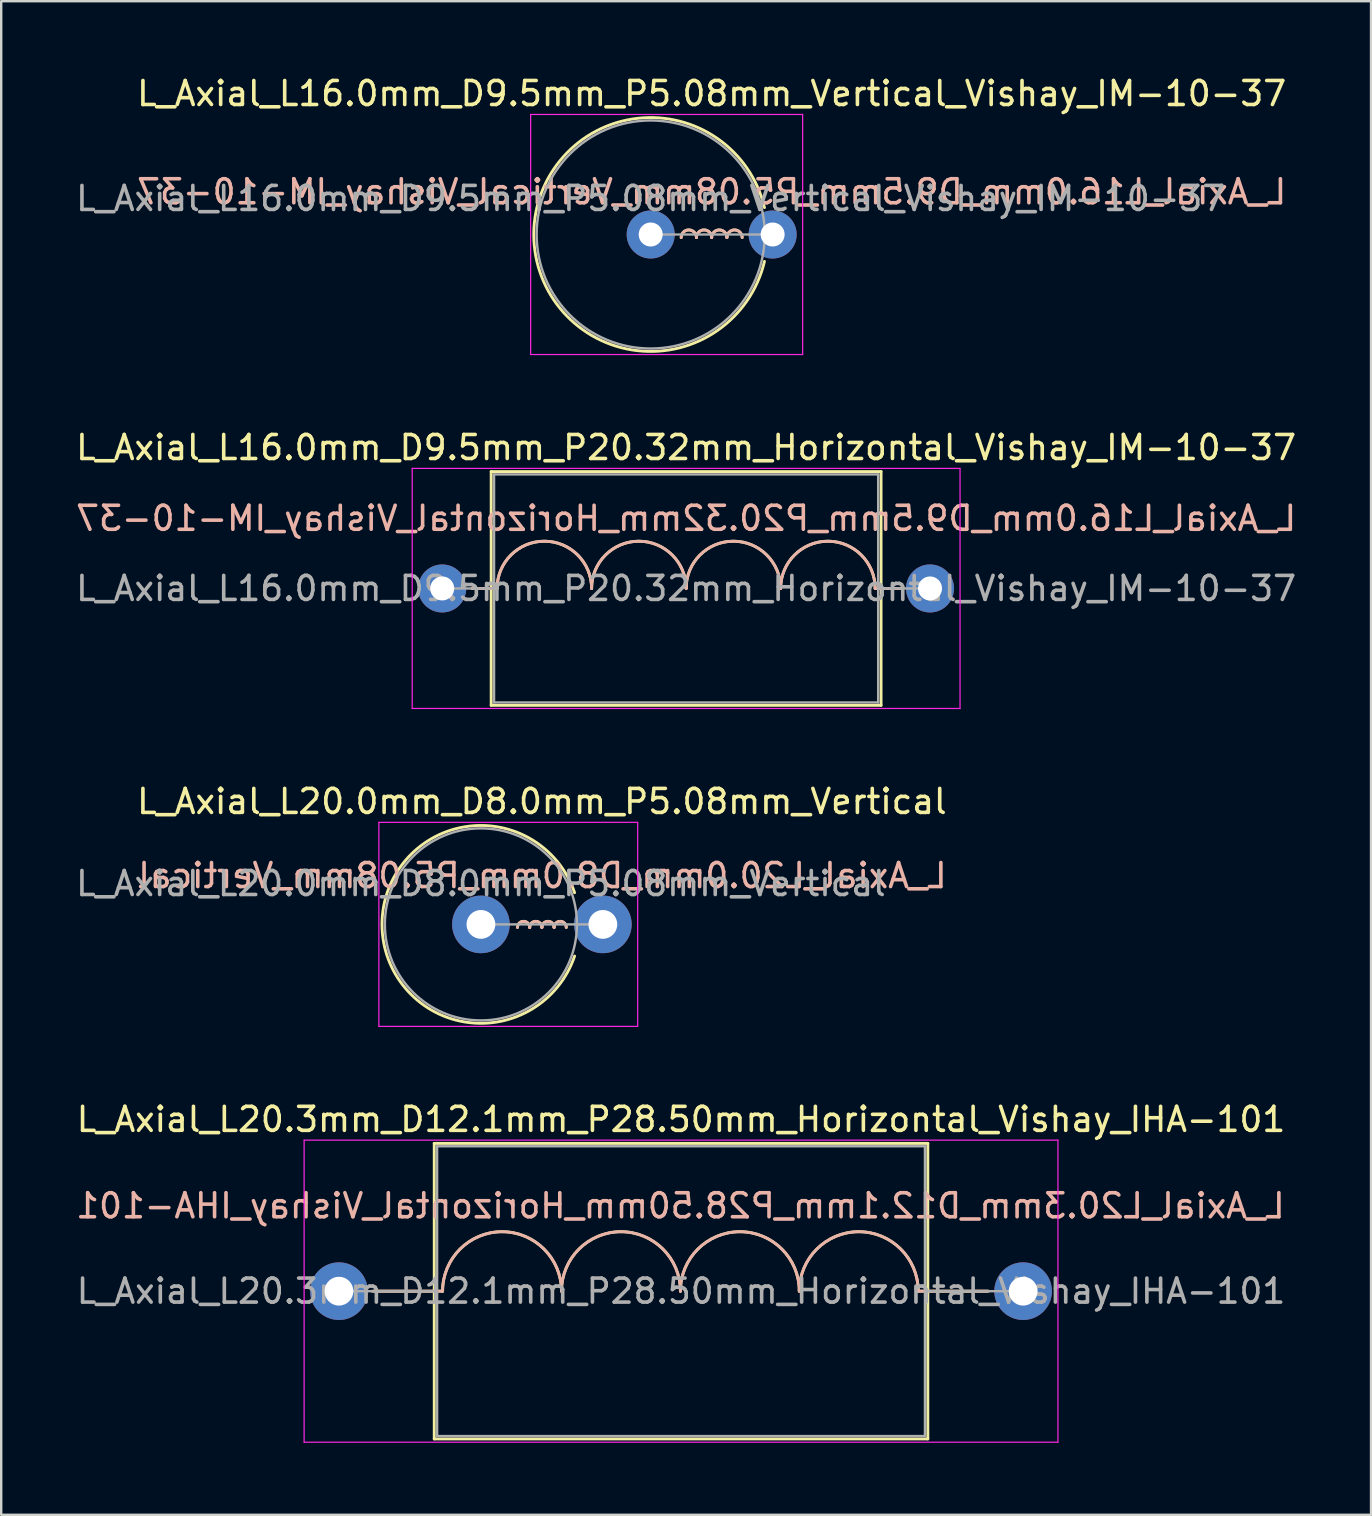
<source format=kicad_pcb>
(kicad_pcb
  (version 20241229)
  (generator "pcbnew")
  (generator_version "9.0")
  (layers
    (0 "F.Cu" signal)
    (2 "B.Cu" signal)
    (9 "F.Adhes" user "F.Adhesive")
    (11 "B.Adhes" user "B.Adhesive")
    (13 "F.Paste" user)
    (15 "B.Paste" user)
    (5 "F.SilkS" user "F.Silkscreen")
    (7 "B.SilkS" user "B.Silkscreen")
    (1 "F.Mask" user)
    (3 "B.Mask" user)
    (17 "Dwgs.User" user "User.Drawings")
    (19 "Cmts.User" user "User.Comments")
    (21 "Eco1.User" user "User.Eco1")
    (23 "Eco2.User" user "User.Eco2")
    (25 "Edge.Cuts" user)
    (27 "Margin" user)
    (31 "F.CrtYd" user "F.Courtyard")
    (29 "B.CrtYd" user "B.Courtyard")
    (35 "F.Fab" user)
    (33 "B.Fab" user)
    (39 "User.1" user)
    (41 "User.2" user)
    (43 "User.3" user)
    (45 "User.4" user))
  (footprint "L_Axial_L20.3mm_D12.1mm_P28.50mm_Horizontal_Vishay_IHA-101"
    (layer "F.Cu")
    (at 11.068 50.733)
    (property "Reference" "L_Axial_L20.3mm_D12.1mm_P28.50mm_Horizontal_Vishay_IHA-101" (at 14.25 -7.155 0) (layer "F.SilkS") (effects (font (size 1 1) (thickness 0.15))))
    (fp_line (start 1.44 0) (end 3.97 0) (stroke (width 0.12) (type solid)) (layer "F.SilkS"))
    (fp_line (start 3.97 -6.155) (end 3.97 6.155) (stroke (width 0.12) (type solid)) (layer "F.SilkS"))
    (fp_line (start 3.97 6.155) (end 24.53 6.155) (stroke (width 0.12) (type solid)) (layer "F.SilkS"))
    (fp_line (start 4.318 0) (end 3.97 0) (stroke (width 0.12) (type solid)) (layer "F.SilkS"))
    (fp_line (start 24.13 0) (end 24.511 0) (stroke (width 0.12) (type solid)) (layer "F.SilkS"))
    (fp_line (start 24.53 -6.155) (end 3.97 -6.155) (stroke (width 0.12) (type solid)) (layer "F.SilkS"))
    (fp_line (start 24.53 6.155) (end 24.53 -6.155) (stroke (width 0.12) (type solid)) (layer "F.SilkS"))
    (fp_line (start 27.06 0) (end 24.53 0) (stroke (width 0.12) (type solid)) (layer "F.SilkS"))
    (fp_arc (start 4.318 0) (mid 6.7945 -2.4765) (end 9.271 0) (stroke (width 0.12) (type solid)) (layer "F.SilkS"))
    (fp_arc (start 9.271 0) (mid 11.7475 -2.4765) (end 14.224 0) (stroke (width 0.12) (type solid)) (layer "F.SilkS"))
    (fp_arc (start 14.224 0) (mid 16.7005 -2.4765) (end 19.177 0) (stroke (width 0.12) (type solid)) (layer "F.SilkS"))
    (fp_arc (start 19.177 0) (mid 21.6535 -2.4765) (end 24.13 0) (stroke (width 0.12) (type solid)) (layer "F.SilkS"))
    (fp_line (start 1.388 0) (end 3.918 0) (stroke (width 0.12) (type solid)) (layer "B.SilkS"))
    (fp_line (start 4.318 0) (end 3.937 0) (stroke (width 0.12) (type solid)) (layer "B.SilkS"))
    (fp_line (start 24.13 0) (end 24.478 0) (stroke (width 0.12) (type solid)) (layer "B.SilkS"))
    (fp_line (start 27.008 0) (end 24.478 0) (stroke (width 0.12) (type solid)) (layer "B.SilkS"))
    (fp_arc (start 4.318 0) (mid 6.7945 -2.4765) (end 9.271 0) (stroke (width 0.12) (type solid)) (layer "B.SilkS"))
    (fp_arc (start 9.271 0) (mid 11.7475 -2.4765) (end 14.224 0) (stroke (width 0.12) (type solid)) (layer "B.SilkS"))
    (fp_arc (start 14.224 0) (mid 16.7005 -2.4765) (end 19.177 0) (stroke (width 0.12) (type solid)) (layer "B.SilkS"))
    (fp_arc (start 19.177 0) (mid 21.6535 -2.4765) (end 24.13 0) (stroke (width 0.12) (type solid)) (layer "B.SilkS"))
    (fp_line (start -1.45 -6.29) (end -1.45 6.29) (stroke (width 0.05) (type solid)) (layer "F.CrtYd"))
    (fp_line (start -1.45 6.29) (end 29.95 6.29) (stroke (width 0.05) (type solid)) (layer "F.CrtYd"))
    (fp_line (start 29.95 -6.29) (end -1.45 -6.29) (stroke (width 0.05) (type solid)) (layer "F.CrtYd"))
    (fp_line (start 29.95 6.29) (end 29.95 -6.29) (stroke (width 0.05) (type solid)) (layer "F.CrtYd"))
    (fp_line (start 0 0) (end 4.09 0) (stroke (width 0.1) (type solid)) (layer "F.Fab"))
    (fp_line (start 4.09 -6.035) (end 4.09 6.035) (stroke (width 0.1) (type solid)) (layer "F.Fab"))
    (fp_line (start 4.09 6.035) (end 24.41 6.035) (stroke (width 0.1) (type solid)) (layer "F.Fab"))
    (fp_line (start 24.41 -6.035) (end 4.09 -6.035) (stroke (width 0.1) (type solid)) (layer "F.Fab"))
    (fp_line (start 24.41 6.035) (end 24.41 -6.035) (stroke (width 0.1) (type solid)) (layer "F.Fab"))
    (fp_line (start 28.5 0) (end 24.41 0) (stroke (width 0.1) (type solid)) (layer "F.Fab"))
    (fp_text user "${REFERENCE}" (at 14.224 -3.556 0) (layer "B.SilkS") (effects (font (size 1 1) (thickness 0.15)) (justify mirror)))
    (fp_text user "${REFERENCE}" (at 14.25 0 0) (layer "F.Fab") (effects (font (size 1 1) (thickness 0.15))))
    (pad "1" thru_hole circle (at 0 0) (size 2.4 2.4) (drill 1.2) (layers "*.Cu" "*.Mask"))
    (pad "2" thru_hole oval (at 28.5 0) (size 2.4 2.4) (drill 1.2) (layers "*.Cu" "*.Mask")))
  (footprint "L_Axial_L20.0mm_D8.0mm_P5.08mm_Vertical"
    (layer "F.Cu")
    (at 16.982 35.455)
    (property "Reference" "L_Axial_L20.0mm_D8.0mm_P5.08mm_Vertical" (at 2.54 -5.12 0) (layer "F.SilkS") (effects (font (size 1 1) (thickness 0.15))))
    (fp_arc (start 1.524 0.127) (mid 1.778 -0.127) (end 2.032 0.127) (stroke (width 0.12) (type solid)) (layer "F.SilkS"))
    (fp_arc (start 2.032 0.127) (mid 2.286 -0.127) (end 2.54 0.127) (stroke (width 0.12) (type solid)) (layer "F.SilkS"))
    (fp_arc (start 2.54 0.127) (mid 2.794 -0.127) (end 3.048 0.127) (stroke (width 0.12) (type solid)) (layer "F.SilkS"))
    (fp_arc (start 3.048 0.127) (mid 3.302 -0.127) (end 3.556 0.127) (stroke (width 0.12) (type solid)) (layer "F.SilkS"))
    (fp_arc (start 3.902819 1.32) (mid -4.12 0) (end 3.902819 -1.32) (stroke (width 0.12) (type solid)) (layer "F.SilkS"))
    (fp_arc (start 1.524 0.127) (mid 1.778 -0.127) (end 2.032 0.127) (stroke (width 0.12) (type solid)) (layer "B.SilkS"))
    (fp_arc (start 2.032 0.127) (mid 2.286 -0.127) (end 2.54 0.127) (stroke (width 0.12) (type solid)) (layer "B.SilkS"))
    (fp_arc (start 2.54 0.127) (mid 2.794 -0.127) (end 3.048 0.127) (stroke (width 0.12) (type solid)) (layer "B.SilkS"))
    (fp_arc (start 3.048 0.127) (mid 3.302 -0.127) (end 3.556 0.127) (stroke (width 0.12) (type solid)) (layer "B.SilkS"))
    (fp_line (start -4.25 -4.25) (end -4.25 4.25) (stroke (width 0.05) (type solid)) (layer "F.CrtYd"))
    (fp_line (start -4.25 4.25) (end 6.53 4.25) (stroke (width 0.05) (type solid)) (layer "F.CrtYd"))
    (fp_line (start 6.53 -4.25) (end -4.25 -4.25) (stroke (width 0.05) (type solid)) (layer "F.CrtYd"))
    (fp_line (start 6.53 4.25) (end 6.53 -4.25) (stroke (width 0.05) (type solid)) (layer "F.CrtYd"))
    (fp_line (start 0 0) (end 5.08 0) (stroke (width 0.1) (type solid)) (layer "F.Fab"))
    (fp_circle (center 0 0) (end 4 0) (stroke (width 0.1) (type solid)) (fill no) (layer "F.Fab"))
    (fp_text user "${REFERENCE}" (at 2.54 -2.032 0) (layer "B.SilkS") (effects (font (size 1 1) (thickness 0.15)) (justify mirror)))
    (fp_text user "${REFERENCE}" (at 0 -1.7 0) (layer "F.Fab") (effects (font (size 1 1) (thickness 0.15))))
    (pad "1" thru_hole circle (at 0 0) (size 2.4 2.4) (drill 1.2) (layers "*.Cu" "*.Mask"))
    (pad "2" thru_hole oval (at 5.08 0) (size 2.4 2.4) (drill 1.2) (layers "*.Cu" "*.Mask")))
  (footprint "L_Axial_L16.0mm_D9.5mm_P20.32mm_Horizontal_Vishay_IM-10-37"
    (layer "F.Cu")
    (at 15.37 21.462)
    (property "Reference" "L_Axial_L16.0mm_D9.5mm_P20.32mm_Horizontal_Vishay_IM-10-37" (at 10.16 -5.87 0) (layer "F.SilkS") (effects (font (size 1 1) (thickness 0.15))))
    (fp_line (start 1.24 0) (end 2.04 0) (stroke (width 0.12) (type solid)) (layer "F.SilkS"))
    (fp_line (start 2.04 -4.87) (end 2.04 4.87) (stroke (width 0.12) (type solid)) (layer "F.SilkS"))
    (fp_line (start 2.04 4.87) (end 18.28 4.87) (stroke (width 0.12) (type solid)) (layer "F.SilkS"))
    (fp_line (start 2.286 0) (end 2.04 0) (stroke (width 0.12) (type solid)) (layer "F.SilkS"))
    (fp_line (start 18.034 0) (end 18.288 0) (stroke (width 0.12) (type solid)) (layer "F.SilkS"))
    (fp_line (start 18.28 -4.87) (end 2.04 -4.87) (stroke (width 0.12) (type solid)) (layer "F.SilkS"))
    (fp_line (start 18.28 4.87) (end 18.28 -4.87) (stroke (width 0.12) (type solid)) (layer "F.SilkS"))
    (fp_line (start 19.08 0) (end 18.28 0) (stroke (width 0.12) (type solid)) (layer "F.SilkS"))
    (fp_arc (start 2.286 0) (mid 4.2545 -1.9685) (end 6.223 0) (stroke (width 0.12) (type solid)) (layer "F.SilkS"))
    (fp_arc (start 6.223 0) (mid 8.1915 -1.9685) (end 10.16 0) (stroke (width 0.12) (type solid)) (layer "F.SilkS"))
    (fp_arc (start 10.16 0) (mid 12.1285 -1.9685) (end 14.097 0) (stroke (width 0.12) (type solid)) (layer "F.SilkS"))
    (fp_arc (start 14.097 0) (mid 16.0655 -1.9685) (end 18.034 0) (stroke (width 0.12) (type solid)) (layer "F.SilkS"))
    (fp_line (start 1.24 0) (end 2.04 0) (stroke (width 0.12) (type solid)) (layer "B.SilkS"))
    (fp_line (start 2.286 0) (end 2.032 0) (stroke (width 0.12) (type solid)) (layer "B.SilkS"))
    (fp_line (start 18.034 0) (end 18.28 0) (stroke (width 0.12) (type solid)) (layer "B.SilkS"))
    (fp_line (start 19.08 0) (end 18.28 0) (stroke (width 0.12) (type solid)) (layer "B.SilkS"))
    (fp_arc (start 2.286 0) (mid 4.2545 -1.9685) (end 6.223 0) (stroke (width 0.12) (type solid)) (layer "B.SilkS"))
    (fp_arc (start 6.223 0) (mid 8.1915 -1.9685) (end 10.16 0) (stroke (width 0.12) (type solid)) (layer "B.SilkS"))
    (fp_arc (start 10.16 0) (mid 12.1285 -1.9685) (end 14.097 0) (stroke (width 0.12) (type solid)) (layer "B.SilkS"))
    (fp_arc (start 14.097 0) (mid 16.0655 -1.9685) (end 18.034 0) (stroke (width 0.12) (type solid)) (layer "B.SilkS"))
    (fp_line (start -1.25 -5) (end -1.25 5) (stroke (width 0.05) (type solid)) (layer "F.CrtYd"))
    (fp_line (start -1.25 5) (end 21.57 5) (stroke (width 0.05) (type solid)) (layer "F.CrtYd"))
    (fp_line (start 21.57 -5) (end -1.25 -5) (stroke (width 0.05) (type solid)) (layer "F.CrtYd"))
    (fp_line (start 21.57 5) (end 21.57 -5) (stroke (width 0.05) (type solid)) (layer "F.CrtYd"))
    (fp_line (start 0 0) (end 2.16 0) (stroke (width 0.1) (type solid)) (layer "F.Fab"))
    (fp_line (start 2.16 -4.75) (end 2.16 4.75) (stroke (width 0.1) (type solid)) (layer "F.Fab"))
    (fp_line (start 2.16 4.75) (end 18.16 4.75) (stroke (width 0.1) (type solid)) (layer "F.Fab"))
    (fp_line (start 18.16 -4.75) (end 2.16 -4.75) (stroke (width 0.1) (type solid)) (layer "F.Fab"))
    (fp_line (start 18.16 4.75) (end 18.16 -4.75) (stroke (width 0.1) (type solid)) (layer "F.Fab"))
    (fp_line (start 20.32 0) (end 18.16 0) (stroke (width 0.1) (type solid)) (layer "F.Fab"))
    (fp_text user "${REFERENCE}" (at 10.16 -2.921 0) (layer "B.SilkS") (effects (font (size 1 1) (thickness 0.15)) (justify mirror)))
    (fp_text user "${REFERENCE}" (at 10.16 0 0) (layer "F.Fab") (effects (font (size 1 1) (thickness 0.15))))
    (pad "1" thru_hole circle (at 0 0) (size 2 2) (drill 1) (layers "*.Cu" "*.Mask"))
    (pad "2" thru_hole oval (at 20.32 0) (size 2 2) (drill 1) (layers "*.Cu" "*.Mask")))
  (footprint "L_Axial_L16.0mm_D9.5mm_P5.08mm_Vertical_Vishay_IM-10-37"
    (layer "F.Cu")
    (at 24.054 6.718)
    (property "Reference" "L_Axial_L16.0mm_D9.5mm_P5.08mm_Vertical_Vishay_IM-10-37" (at 2.54 -5.87 0) (layer "F.SilkS") (effects (font (size 1 1) (thickness 0.15))))
    (fp_arc (start 1.27 0.127) (mid 1.5875 -0.1905) (end 1.905 0.127) (stroke (width 0.12) (type solid)) (layer "F.SilkS"))
    (fp_arc (start 1.905 0.127) (mid 2.2225 -0.1905) (end 2.54 0.127) (stroke (width 0.12) (type solid)) (layer "F.SilkS"))
    (fp_arc (start 2.54 0.127) (mid 2.8575 -0.1905) (end 3.175 0.127) (stroke (width 0.12) (type solid)) (layer "F.SilkS"))
    (fp_arc (start 3.175 0.127) (mid 3.4925 -0.1905) (end 3.81 0.127) (stroke (width 0.12) (type solid)) (layer "F.SilkS"))
    (fp_arc (start 4.739462 1.12) (mid -4.87 0) (end 4.739462 -1.12) (stroke (width 0.12) (type solid)) (layer "F.SilkS"))
    (fp_arc (start 1.27 0.127) (mid 1.5875 -0.1905) (end 1.905 0.127) (stroke (width 0.12) (type solid)) (layer "B.SilkS"))
    (fp_arc (start 1.905 0.127) (mid 2.2225 -0.1905) (end 2.54 0.127) (stroke (width 0.12) (type solid)) (layer "B.SilkS"))
    (fp_arc (start 2.54 0.127) (mid 2.8575 -0.1905) (end 3.175 0.127) (stroke (width 0.12) (type solid)) (layer "B.SilkS"))
    (fp_arc (start 3.175 0.127) (mid 3.4925 -0.1905) (end 3.81 0.127) (stroke (width 0.12) (type solid)) (layer "B.SilkS"))
    (fp_line (start -5 -5) (end -5 5) (stroke (width 0.05) (type solid)) (layer "F.CrtYd"))
    (fp_line (start -5 5) (end 6.33 5) (stroke (width 0.05) (type solid)) (layer "F.CrtYd"))
    (fp_line (start 6.33 -5) (end -5 -5) (stroke (width 0.05) (type solid)) (layer "F.CrtYd"))
    (fp_line (start 6.33 5) (end 6.33 -5) (stroke (width 0.05) (type solid)) (layer "F.CrtYd"))
    (fp_line (start 0 0) (end 5.08 0) (stroke (width 0.1) (type solid)) (layer "F.Fab"))
    (fp_circle (center 0 0) (end 4.75 0) (stroke (width 0.1) (type solid)) (fill no) (layer "F.Fab"))
    (fp_text user "${REFERENCE}" (at 2.54 -1.778 0) (layer "B.SilkS") (effects (font (size 1 1) (thickness 0.15)) (justify mirror)))
    (fp_text user "${REFERENCE}" (at 0 -1.5 0) (layer "F.Fab") (effects (font (size 1 1) (thickness 0.15))))
    (pad "1" thru_hole circle (at 0 0) (size 2 2) (drill 1) (layers "*.Cu" "*.Mask"))
    (pad "2" thru_hole oval (at 5.08 0) (size 2 2) (drill 1) (layers "*.Cu" "*.Mask")))
  (gr_rect
    (start -3 -3)
    (end 54.06 60.048)
    (stroke (width 0.1) (type default))
    (fill no)
    (layer "Edge.Cuts")))
</source>
